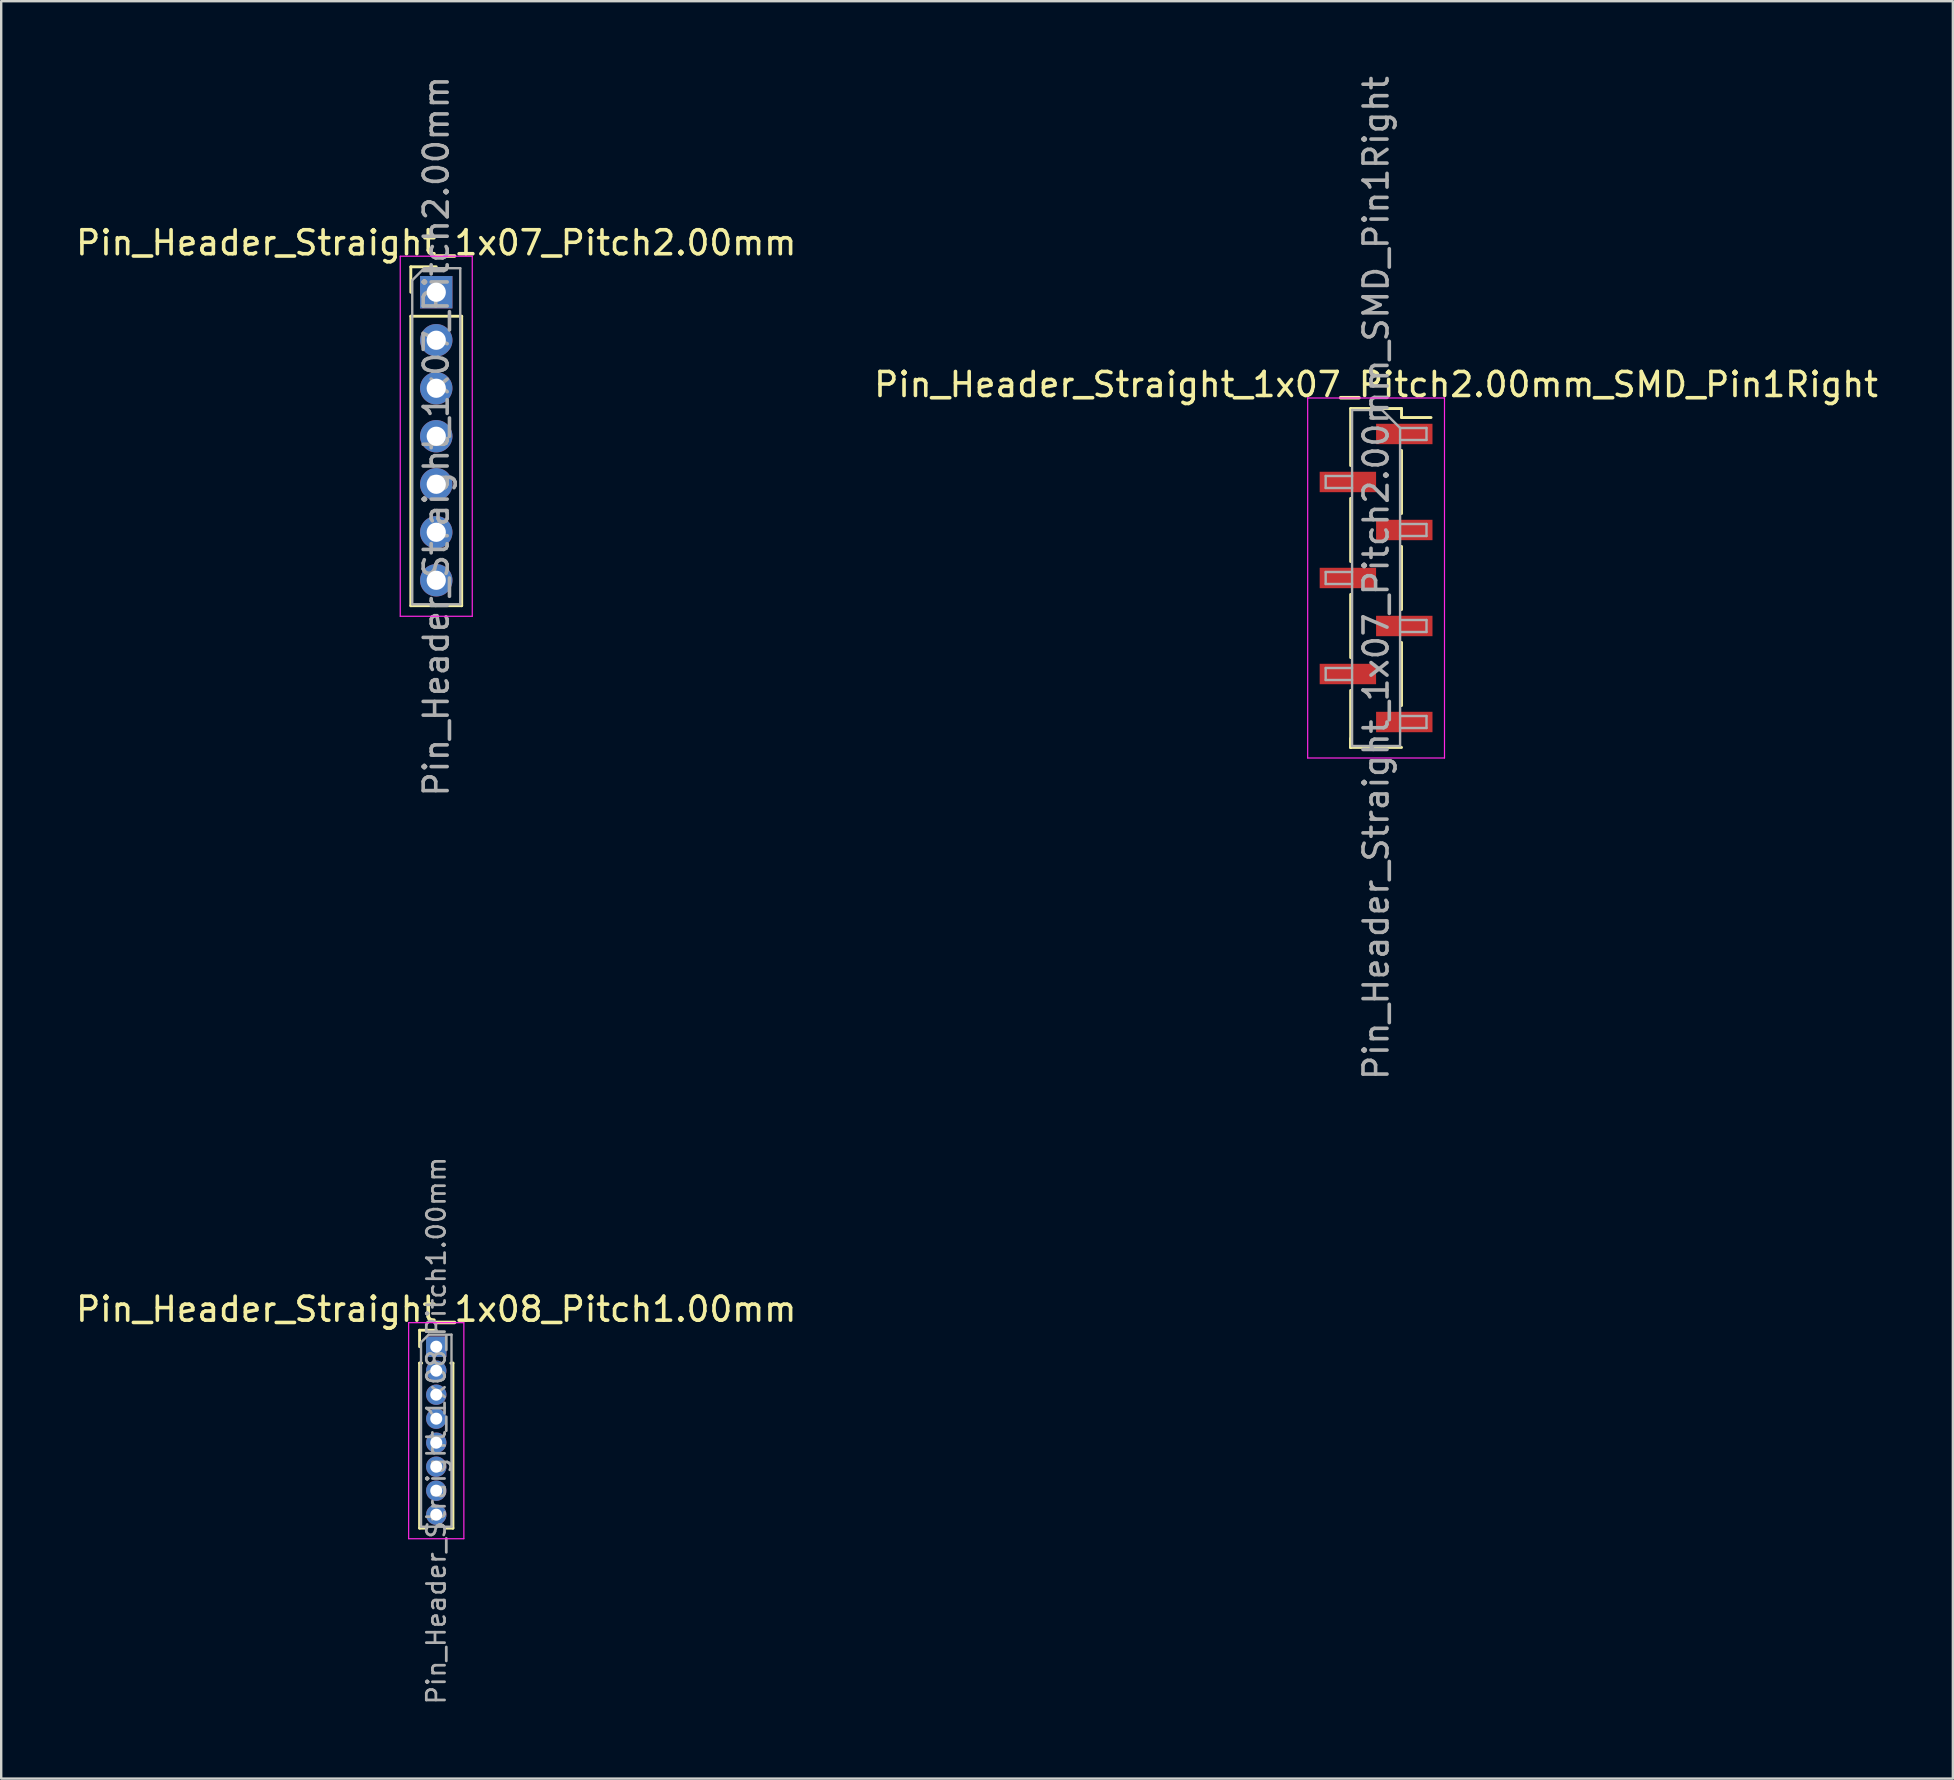
<source format=kicad_pcb>
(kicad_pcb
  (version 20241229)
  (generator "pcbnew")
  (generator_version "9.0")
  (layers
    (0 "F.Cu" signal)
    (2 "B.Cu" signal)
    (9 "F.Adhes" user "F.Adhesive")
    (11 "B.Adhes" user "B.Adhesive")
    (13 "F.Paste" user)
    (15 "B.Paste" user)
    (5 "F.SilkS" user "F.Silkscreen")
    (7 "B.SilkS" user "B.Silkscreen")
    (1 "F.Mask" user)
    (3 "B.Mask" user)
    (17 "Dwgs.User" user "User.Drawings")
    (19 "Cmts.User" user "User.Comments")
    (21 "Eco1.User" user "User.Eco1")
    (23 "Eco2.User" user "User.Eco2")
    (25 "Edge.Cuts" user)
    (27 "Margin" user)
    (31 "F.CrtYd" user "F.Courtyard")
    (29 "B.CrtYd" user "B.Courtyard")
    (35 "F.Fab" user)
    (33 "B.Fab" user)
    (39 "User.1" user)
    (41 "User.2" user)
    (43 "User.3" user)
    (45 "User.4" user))
  (footprint "Pin_Header_Straight_1x08_Pitch1.00mm"
    (layer "F.Cu")
    (at 15.125 53.055)
    (property "Reference" "Pin_Header_Straight_1x08_Pitch1.00mm" (at 0 -1.56 0) (layer "F.SilkS") (effects (font (size 1 1) (thickness 0.15))))
    (attr through_hole)
    (fp_line (start -0.695 -0.685) (end 0 -0.685) (stroke (width 0.12) (type solid)) (layer "F.SilkS"))
    (fp_line (start -0.695 0) (end -0.695 -0.685) (stroke (width 0.12) (type solid)) (layer "F.SilkS"))
    (fp_line (start -0.695 0.685) (end -0.695 7.56) (stroke (width 0.12) (type solid)) (layer "F.SilkS"))
    (fp_line (start -0.695 0.685) (end -0.608 0.685) (stroke (width 0.12) (type solid)) (layer "F.SilkS"))
    (fp_line (start -0.695 7.56) (end -0.394 7.56) (stroke (width 0.12) (type solid)) (layer "F.SilkS"))
    (fp_line (start 0.394 7.56) (end 0.695 7.56) (stroke (width 0.12) (type solid)) (layer "F.SilkS"))
    (fp_line (start 0.608 0.685) (end 0.695 0.685) (stroke (width 0.12) (type solid)) (layer "F.SilkS"))
    (fp_line (start 0.695 0.685) (end 0.695 7.56) (stroke (width 0.12) (type solid)) (layer "F.SilkS"))
    (fp_line (start -1.15 -1) (end -1.15 8) (stroke (width 0.05) (type solid)) (layer "F.CrtYd"))
    (fp_line (start -1.15 8) (end 1.15 8) (stroke (width 0.05) (type solid)) (layer "F.CrtYd"))
    (fp_line (start 1.15 -1) (end -1.15 -1) (stroke (width 0.05) (type solid)) (layer "F.CrtYd"))
    (fp_line (start 1.15 8) (end 1.15 -1) (stroke (width 0.05) (type solid)) (layer "F.CrtYd"))
    (fp_line (start -0.635 -0.182) (end -0.318 -0.5) (stroke (width 0.1) (type solid)) (layer "F.Fab"))
    (fp_line (start -0.635 7.5) (end -0.635 -0.182) (stroke (width 0.1) (type solid)) (layer "F.Fab"))
    (fp_line (start -0.318 -0.5) (end 0.635 -0.5) (stroke (width 0.1) (type solid)) (layer "F.Fab"))
    (fp_line (start 0.635 -0.5) (end 0.635 7.5) (stroke (width 0.1) (type solid)) (layer "F.Fab"))
    (fp_line (start 0.635 7.5) (end -0.635 7.5) (stroke (width 0.1) (type solid)) (layer "F.Fab"))
    (fp_text user "${REFERENCE}" (at 0 3.5 90) (layer "F.Fab") (effects (font (size 0.76 0.76) (thickness 0.114))))
    (pad "1" thru_hole rect (at 0 0) (size 0.85 0.85) (drill 0.5) (layers "*.Cu" "*.Mask"))
    (pad "2" thru_hole oval (at 0 1) (size 0.85 0.85) (drill 0.5) (layers "*.Cu" "*.Mask"))
    (pad "3" thru_hole oval (at 0 2) (size 0.85 0.85) (drill 0.5) (layers "*.Cu" "*.Mask"))
    (pad "4" thru_hole oval (at 0 3) (size 0.85 0.85) (drill 0.5) (layers "*.Cu" "*.Mask"))
    (pad "5" thru_hole oval (at 0 4) (size 0.85 0.85) (drill 0.5) (layers "*.Cu" "*.Mask"))
    (pad "6" thru_hole oval (at 0 5) (size 0.85 0.85) (drill 0.5) (layers "*.Cu" "*.Mask"))
    (pad "7" thru_hole oval (at 0 6) (size 0.85 0.85) (drill 0.5) (layers "*.Cu" "*.Mask"))
    (pad "8" thru_hole oval (at 0 7) (size 0.85 0.85) (drill 0.5) (layers "*.Cu" "*.Mask")))
  (footprint "Pin_Header_Straight_1x07_Pitch2.00mm"
    (layer "F.Cu")
    (at 15.125 9.125)
    (property "Reference" "Pin_Header_Straight_1x07_Pitch2.00mm" (at 0 -2.06 0) (layer "F.SilkS") (effects (font (size 1 1) (thickness 0.15))))
    (attr through_hole)
    (fp_line (start -1.06 -1.06) (end 0 -1.06) (stroke (width 0.12) (type solid)) (layer "F.SilkS"))
    (fp_line (start -1.06 0) (end -1.06 -1.06) (stroke (width 0.12) (type solid)) (layer "F.SilkS"))
    (fp_line (start -1.06 1) (end -1.06 13.06) (stroke (width 0.12) (type solid)) (layer "F.SilkS"))
    (fp_line (start -1.06 1) (end 1.06 1) (stroke (width 0.12) (type solid)) (layer "F.SilkS"))
    (fp_line (start -1.06 13.06) (end 1.06 13.06) (stroke (width 0.12) (type solid)) (layer "F.SilkS"))
    (fp_line (start 1.06 1) (end 1.06 13.06) (stroke (width 0.12) (type solid)) (layer "F.SilkS"))
    (fp_line (start -1.5 -1.5) (end -1.5 13.5) (stroke (width 0.05) (type solid)) (layer "F.CrtYd"))
    (fp_line (start -1.5 13.5) (end 1.5 13.5) (stroke (width 0.05) (type solid)) (layer "F.CrtYd"))
    (fp_line (start 1.5 -1.5) (end -1.5 -1.5) (stroke (width 0.05) (type solid)) (layer "F.CrtYd"))
    (fp_line (start 1.5 13.5) (end 1.5 -1.5) (stroke (width 0.05) (type solid)) (layer "F.CrtYd"))
    (fp_line (start -1 -0.5) (end -0.5 -1) (stroke (width 0.1) (type solid)) (layer "F.Fab"))
    (fp_line (start -1 13) (end -1 -0.5) (stroke (width 0.1) (type solid)) (layer "F.Fab"))
    (fp_line (start -0.5 -1) (end 1 -1) (stroke (width 0.1) (type solid)) (layer "F.Fab"))
    (fp_line (start 1 -1) (end 1 13) (stroke (width 0.1) (type solid)) (layer "F.Fab"))
    (fp_line (start 1 13) (end -1 13) (stroke (width 0.1) (type solid)) (layer "F.Fab"))
    (fp_text user "${REFERENCE}" (at 0 6 90) (layer "F.Fab") (effects (font (size 1 1) (thickness 0.15))))
    (pad "1" thru_hole rect (at 0 0) (size 1.35 1.35) (drill 0.8) (layers "*.Cu" "*.Mask"))
    (pad "2" thru_hole oval (at 0 2) (size 1.35 1.35) (drill 0.8) (layers "*.Cu" "*.Mask"))
    (pad "3" thru_hole oval (at 0 4) (size 1.35 1.35) (drill 0.8) (layers "*.Cu" "*.Mask"))
    (pad "4" thru_hole oval (at 0 6) (size 1.35 1.35) (drill 0.8) (layers "*.Cu" "*.Mask"))
    (pad "5" thru_hole oval (at 0 8) (size 1.35 1.35) (drill 0.8) (layers "*.Cu" "*.Mask"))
    (pad "6" thru_hole oval (at 0 10) (size 1.35 1.35) (drill 0.8) (layers "*.Cu" "*.Mask"))
    (pad "7" thru_hole oval (at 0 12) (size 1.35 1.35) (drill 0.8) (layers "*.Cu" "*.Mask")))
  (footprint "Pin_Header_Straight_1x07_Pitch2.00mm_SMD_Pin1Right"
    (layer "F.Cu")
    (at 54.28 21.03)
    (property "Reference" "Pin_Header_Straight_1x07_Pitch2.00mm_SMD_Pin1Right" (at 0 -8.06 0) (layer "F.SilkS") (effects (font (size 1 1) (thickness 0.15))))
    (attr smd)
    (fp_line (start -1.06 -7.06) (end -1.06 -4.685) (stroke (width 0.12) (type solid)) (layer "F.SilkS"))
    (fp_line (start -1.06 -7.06) (end 1.06 -7.06) (stroke (width 0.12) (type solid)) (layer "F.SilkS"))
    (fp_line (start -1.06 -3.315) (end -1.06 -0.685) (stroke (width 0.12) (type solid)) (layer "F.SilkS"))
    (fp_line (start -1.06 0.685) (end -1.06 3.315) (stroke (width 0.12) (type solid)) (layer "F.SilkS"))
    (fp_line (start -1.06 4.685) (end -1.06 7.06) (stroke (width 0.12) (type solid)) (layer "F.SilkS"))
    (fp_line (start -1.06 6.685) (end -1.06 7.06) (stroke (width 0.12) (type solid)) (layer "F.SilkS"))
    (fp_line (start -1.06 7.06) (end 1.06 7.06) (stroke (width 0.12) (type solid)) (layer "F.SilkS"))
    (fp_line (start 1.06 -7.06) (end 1.06 -6.685) (stroke (width 0.12) (type solid)) (layer "F.SilkS"))
    (fp_line (start 1.06 -6.685) (end 2.29 -6.685) (stroke (width 0.12) (type solid)) (layer "F.SilkS"))
    (fp_line (start 1.06 -5.315) (end 1.06 -2.685) (stroke (width 0.12) (type solid)) (layer "F.SilkS"))
    (fp_line (start 1.06 -1.315) (end 1.06 1.315) (stroke (width 0.12) (type solid)) (layer "F.SilkS"))
    (fp_line (start 1.06 2.685) (end 1.06 5.315) (stroke (width 0.12) (type solid)) (layer "F.SilkS"))
    (fp_line (start -2.85 -7.5) (end -2.85 7.5) (stroke (width 0.05) (type solid)) (layer "F.CrtYd"))
    (fp_line (start -2.85 7.5) (end 2.85 7.5) (stroke (width 0.05) (type solid)) (layer "F.CrtYd"))
    (fp_line (start 2.85 -7.5) (end -2.85 -7.5) (stroke (width 0.05) (type solid)) (layer "F.CrtYd"))
    (fp_line (start 2.85 7.5) (end 2.85 -7.5) (stroke (width 0.05) (type solid)) (layer "F.CrtYd"))
    (fp_line (start -2.1 -4.25) (end -2.1 -3.75) (stroke (width 0.1) (type solid)) (layer "F.Fab"))
    (fp_line (start -2.1 -3.75) (end -1 -3.75) (stroke (width 0.1) (type solid)) (layer "F.Fab"))
    (fp_line (start -2.1 -0.25) (end -2.1 0.25) (stroke (width 0.1) (type solid)) (layer "F.Fab"))
    (fp_line (start -2.1 0.25) (end -1 0.25) (stroke (width 0.1) (type solid)) (layer "F.Fab"))
    (fp_line (start -2.1 3.75) (end -2.1 4.25) (stroke (width 0.1) (type solid)) (layer "F.Fab"))
    (fp_line (start -2.1 4.25) (end -1 4.25) (stroke (width 0.1) (type solid)) (layer "F.Fab"))
    (fp_line (start -1 -7) (end -1 7) (stroke (width 0.1) (type solid)) (layer "F.Fab"))
    (fp_line (start -1 -7) (end 0.25 -7) (stroke (width 0.1) (type solid)) (layer "F.Fab"))
    (fp_line (start -1 -4.25) (end -2.1 -4.25) (stroke (width 0.1) (type solid)) (layer "F.Fab"))
    (fp_line (start -1 -0.25) (end -2.1 -0.25) (stroke (width 0.1) (type solid)) (layer "F.Fab"))
    (fp_line (start -1 3.75) (end -2.1 3.75) (stroke (width 0.1) (type solid)) (layer "F.Fab"))
    (fp_line (start 1 -6.25) (end 0.25 -7) (stroke (width 0.1) (type solid)) (layer "F.Fab"))
    (fp_line (start 1 -6.25) (end 2.1 -6.25) (stroke (width 0.1) (type solid)) (layer "F.Fab"))
    (fp_line (start 1 -2.25) (end 2.1 -2.25) (stroke (width 0.1) (type solid)) (layer "F.Fab"))
    (fp_line (start 1 1.75) (end 2.1 1.75) (stroke (width 0.1) (type solid)) (layer "F.Fab"))
    (fp_line (start 1 5.75) (end 2.1 5.75) (stroke (width 0.1) (type solid)) (layer "F.Fab"))
    (fp_line (start 1 7) (end -1 7) (stroke (width 0.1) (type solid)) (layer "F.Fab"))
    (fp_line (start 1 7) (end 1 -6.25) (stroke (width 0.1) (type solid)) (layer "F.Fab"))
    (fp_line (start 2.1 -6.25) (end 2.1 -5.75) (stroke (width 0.1) (type solid)) (layer "F.Fab"))
    (fp_line (start 2.1 -5.75) (end 1 -5.75) (stroke (width 0.1) (type solid)) (layer "F.Fab"))
    (fp_line (start 2.1 -2.25) (end 2.1 -1.75) (stroke (width 0.1) (type solid)) (layer "F.Fab"))
    (fp_line (start 2.1 -1.75) (end 1 -1.75) (stroke (width 0.1) (type solid)) (layer "F.Fab"))
    (fp_line (start 2.1 1.75) (end 2.1 2.25) (stroke (width 0.1) (type solid)) (layer "F.Fab"))
    (fp_line (start 2.1 2.25) (end 1 2.25) (stroke (width 0.1) (type solid)) (layer "F.Fab"))
    (fp_line (start 2.1 5.75) (end 2.1 6.25) (stroke (width 0.1) (type solid)) (layer "F.Fab"))
    (fp_line (start 2.1 6.25) (end 1 6.25) (stroke (width 0.1) (type solid)) (layer "F.Fab"))
    (fp_text user "${REFERENCE}" (at 0 0 90) (layer "F.Fab") (effects (font (size 1 1) (thickness 0.15))))
    (pad "1" smd rect (at 1.175 -6) (size 2.35 0.85) (layers "F.Cu" "F.Mask" "F.Paste"))
    (pad "2" smd rect (at -1.175 -4) (size 2.35 0.85) (layers "F.Cu" "F.Mask" "F.Paste"))
    (pad "3" smd rect (at 1.175 -2) (size 2.35 0.85) (layers "F.Cu" "F.Mask" "F.Paste"))
    (pad "4" smd rect (at -1.175 0) (size 2.35 0.85) (layers "F.Cu" "F.Mask" "F.Paste"))
    (pad "5" smd rect (at 1.175 2) (size 2.35 0.85) (layers "F.Cu" "F.Mask" "F.Paste"))
    (pad "6" smd rect (at -1.175 4) (size 2.35 0.85) (layers "F.Cu" "F.Mask" "F.Paste"))
    (pad "7" smd rect (at 1.175 6) (size 2.35 0.85) (layers "F.Cu" "F.Mask" "F.Paste")))
  (gr_rect
    (start -3 -3)
    (end 78.31 71.05)
    (stroke (width 0.1) (type default))
    (fill no)
    (layer "Edge.Cuts")))
</source>
